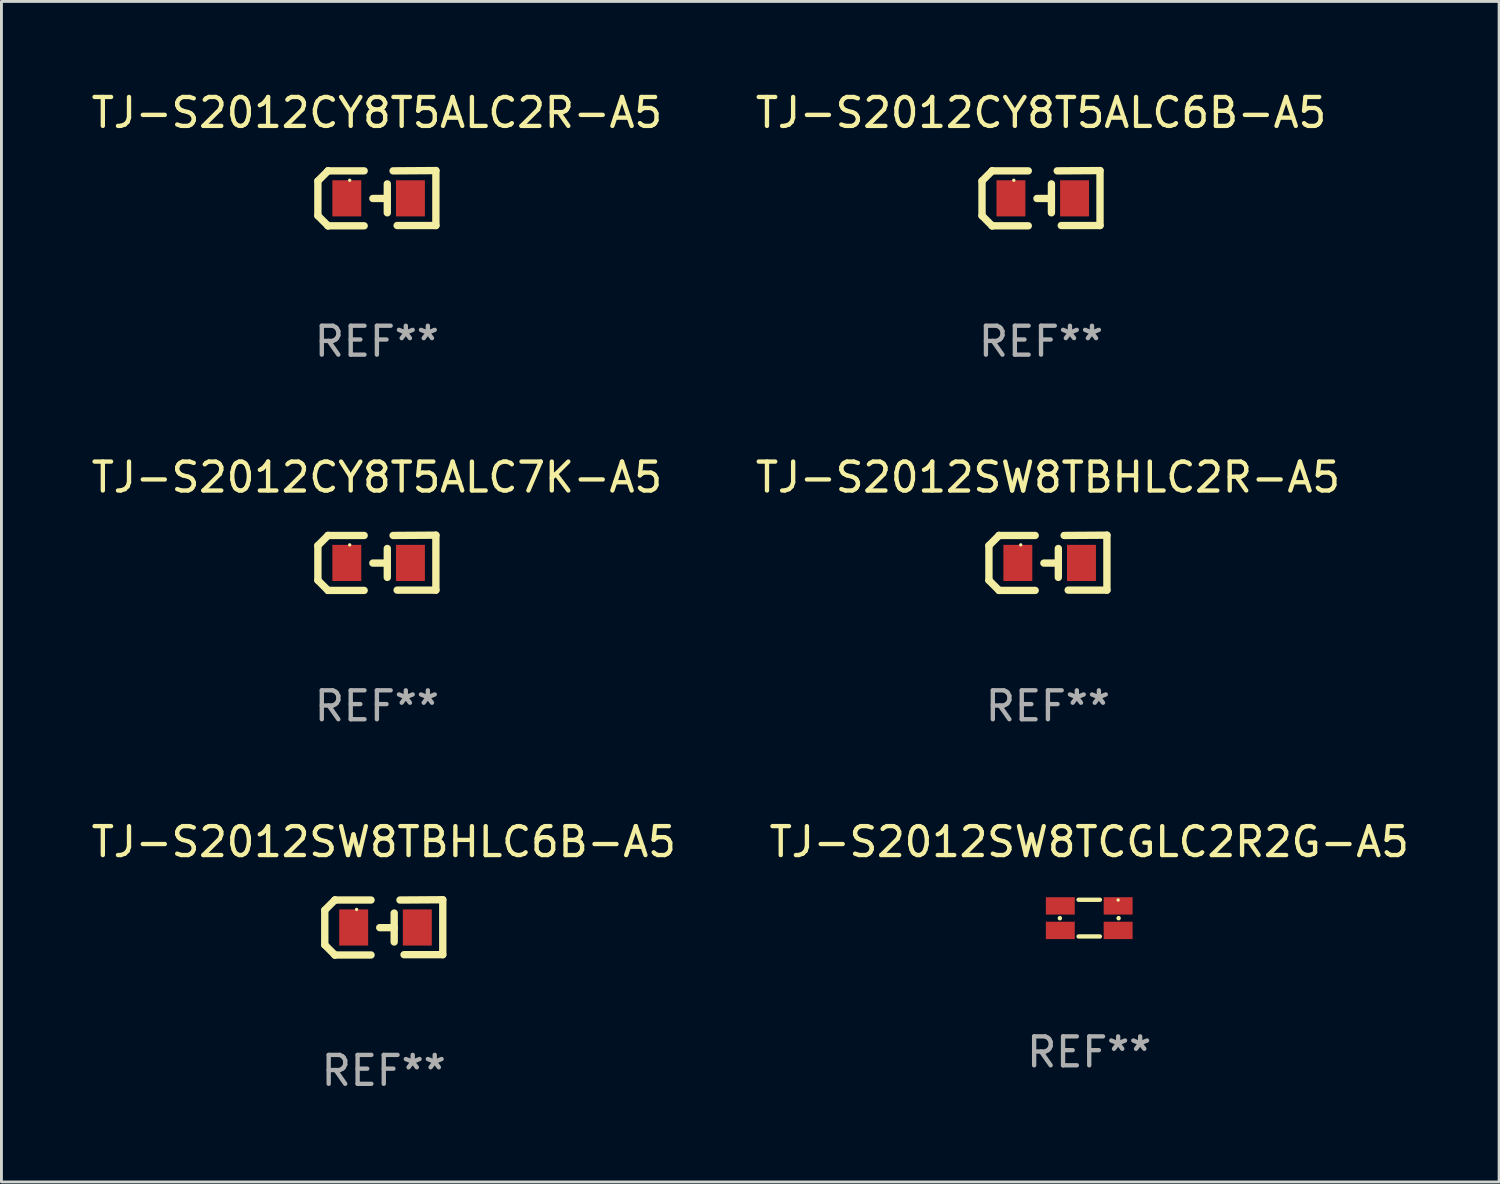
<source format=kicad_pcb>
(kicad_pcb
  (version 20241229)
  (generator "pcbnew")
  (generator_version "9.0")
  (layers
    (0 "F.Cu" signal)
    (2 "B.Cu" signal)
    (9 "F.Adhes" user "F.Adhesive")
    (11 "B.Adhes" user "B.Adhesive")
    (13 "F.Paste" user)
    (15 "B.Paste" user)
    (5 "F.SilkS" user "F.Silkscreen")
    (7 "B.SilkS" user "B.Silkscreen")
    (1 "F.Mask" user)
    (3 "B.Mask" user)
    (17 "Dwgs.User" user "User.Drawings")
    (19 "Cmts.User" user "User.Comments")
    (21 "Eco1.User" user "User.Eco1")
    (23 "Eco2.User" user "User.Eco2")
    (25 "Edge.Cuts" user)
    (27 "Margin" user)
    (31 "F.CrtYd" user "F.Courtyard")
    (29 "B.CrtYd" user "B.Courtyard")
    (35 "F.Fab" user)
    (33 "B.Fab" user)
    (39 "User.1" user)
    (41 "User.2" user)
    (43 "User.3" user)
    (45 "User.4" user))
  (footprint "TJ-S2012SW8TCGLC2R2G-A5"
    (layer "F.Cu")
    (at 34.613 28.696)
    (property "Reference" "TJ-S2012SW8TCGLC2R2G-A5" (at 0 -2.635 0) (layer "F.SilkS") (effects (font (size 1 1) (thickness 0.15))))
    (attr through_hole)
    (fp_line (start -1.016 0.006) (end -1.016 0) (stroke (width 0.15) (type solid)) (layer "F.SilkS"))
    (fp_line (start -0.369 -0.635) (end 0.369 -0.635) (stroke (width 0.15) (type solid)) (layer "F.SilkS"))
    (fp_line (start -0.369 0.635) (end 0.369 0.635) (stroke (width 0.15) (type solid)) (layer "F.SilkS"))
    (fp_line (start 1.016 0.006) (end 1.016 0) (stroke (width 0.15) (type solid)) (layer "F.SilkS"))
    (fp_circle (center 1 -0.625) (end 1.03 -0.625) (stroke (width 0.06) (type solid)) (fill no) (layer "F.SilkS"))
    (fp_text user "REF**" (at 0 4.635 0) (layer "F.Fab") (effects (font (size 1 1) (thickness 0.15))))
    (pad "1" smd rect (at 1 -0.422) (size 1 0.6) (layers "F.Cu" "F.Mask" "F.Paste"))
    (pad "2" smd rect (at -1 -0.422) (size 1 0.6) (layers "F.Cu" "F.Mask" "F.Paste"))
    (pad "3" smd rect (at 1 0.425) (size 1 0.6) (layers "F.Cu" "F.Mask" "F.Paste"))
    (pad "4" smd rect (at -1 0.425) (size 1 0.6) (layers "F.Cu" "F.Mask" "F.Paste")))
  (footprint "TJ-S2012CY8T5ALC2R-A5"
    (layer "F.Cu")
    (at 9.982 3.803)
    (property "Reference" "TJ-S2012CY8T5ALC2R-A5" (at 0 -2.955 0) (layer "F.SilkS") (effects (font (size 1 1) (thickness 0.15))))
    (attr through_hole)
    (fp_line (start -2.04 -0.595) (end -2.04 0.605) (stroke (width 0.254) (type solid)) (layer "F.SilkS"))
    (fp_line (start -1.69 -0.945) (end -1.69 -0.945) (stroke (width 0.254) (type solid)) (layer "F.SilkS"))
    (fp_line (start -1.69 -0.945) (end -2.04 -0.595) (stroke (width 0.254) (type solid)) (layer "F.SilkS"))
    (fp_line (start -1.69 0.955) (end -2.04 0.605) (stroke (width 0.254) (type solid)) (layer "F.SilkS"))
    (fp_line (start -1.69 0.955) (end -1.69 0.955) (stroke (width 0.254) (type solid)) (layer "F.SilkS"))
    (fp_line (start -0.44 -0.945) (end -1.69 -0.945) (stroke (width 0.254) (type solid)) (layer "F.SilkS"))
    (fp_line (start -0.44 0.955) (end -1.69 0.955) (stroke (width 0.254) (type solid)) (layer "F.SilkS"))
    (fp_line (start 0.36 -0.495) (end 0.36 0.505) (stroke (width 0.254) (type solid)) (layer "F.SilkS"))
    (fp_line (start 0.36 0.01) (end -0.14 0.01) (stroke (width 0.254) (type solid)) (layer "F.SilkS"))
    (fp_line (start 0.56 -0.945) (end 2.04 -0.955) (stroke (width 0.254) (type solid)) (layer "F.SilkS"))
    (fp_line (start 0.7 0.945) (end 2.04 0.945) (stroke (width 0.254) (type solid)) (layer "F.SilkS"))
    (fp_line (start 2.04 -0.955) (end 2.04 0.945) (stroke (width 0.254) (type solid)) (layer "F.SilkS"))
    (fp_circle (center -0.94 -0.62) (end -0.91 -0.62) (stroke (width 0.06) (type solid)) (fill no) (layer "F.SilkS"))
    (fp_text user "REF**" (at 0 4.955 0) (layer "F.Fab") (effects (font (size 1 1) (thickness 0.15))))
    (pad "1" smd rect (at -1.04 0.005 180) (size 1 1.25) (layers "F.Cu" "F.Mask" "F.Paste"))
    (pad "2" smd rect (at 1.16 0.005 180) (size 1 1.25) (layers "F.Cu" "F.Mask" "F.Paste")))
  (footprint "TJ-S2012CY8T5ALC7K-A5"
    (layer "F.Cu")
    (at 9.982 16.41)
    (property "Reference" "TJ-S2012CY8T5ALC7K-A5" (at 0 -2.955 0) (layer "F.SilkS") (effects (font (size 1 1) (thickness 0.15))))
    (attr through_hole)
    (fp_line (start -2.04 -0.595) (end -2.04 0.605) (stroke (width 0.254) (type solid)) (layer "F.SilkS"))
    (fp_line (start -1.69 -0.945) (end -1.69 -0.945) (stroke (width 0.254) (type solid)) (layer "F.SilkS"))
    (fp_line (start -1.69 -0.945) (end -2.04 -0.595) (stroke (width 0.254) (type solid)) (layer "F.SilkS"))
    (fp_line (start -1.69 0.955) (end -2.04 0.605) (stroke (width 0.254) (type solid)) (layer "F.SilkS"))
    (fp_line (start -1.69 0.955) (end -1.69 0.955) (stroke (width 0.254) (type solid)) (layer "F.SilkS"))
    (fp_line (start -0.44 -0.945) (end -1.69 -0.945) (stroke (width 0.254) (type solid)) (layer "F.SilkS"))
    (fp_line (start -0.44 0.955) (end -1.69 0.955) (stroke (width 0.254) (type solid)) (layer "F.SilkS"))
    (fp_line (start 0.36 -0.495) (end 0.36 0.505) (stroke (width 0.254) (type solid)) (layer "F.SilkS"))
    (fp_line (start 0.36 0.01) (end -0.14 0.01) (stroke (width 0.254) (type solid)) (layer "F.SilkS"))
    (fp_line (start 0.56 -0.945) (end 2.04 -0.955) (stroke (width 0.254) (type solid)) (layer "F.SilkS"))
    (fp_line (start 0.7 0.945) (end 2.04 0.945) (stroke (width 0.254) (type solid)) (layer "F.SilkS"))
    (fp_line (start 2.04 -0.955) (end 2.04 0.945) (stroke (width 0.254) (type solid)) (layer "F.SilkS"))
    (fp_circle (center -0.94 -0.62) (end -0.91 -0.62) (stroke (width 0.06) (type solid)) (fill no) (layer "F.SilkS"))
    (fp_text user "REF**" (at 0 4.955 0) (layer "F.Fab") (effects (font (size 1 1) (thickness 0.15))))
    (pad "1" smd rect (at -1.04 0.005 180) (size 1 1.25) (layers "F.Cu" "F.Mask" "F.Paste"))
    (pad "2" smd rect (at 1.16 0.005 180) (size 1 1.25) (layers "F.Cu" "F.Mask" "F.Paste")))
  (footprint "TJ-S2012SW8TBHLC6B-A5"
    (layer "F.Cu")
    (at 10.22 29.016)
    (property "Reference" "TJ-S2012SW8TBHLC6B-A5" (at 0 -2.955 0) (layer "F.SilkS") (effects (font (size 1 1) (thickness 0.15))))
    (attr through_hole)
    (fp_line (start -2.04 -0.595) (end -2.04 0.605) (stroke (width 0.254) (type solid)) (layer "F.SilkS"))
    (fp_line (start -1.69 -0.945) (end -1.69 -0.945) (stroke (width 0.254) (type solid)) (layer "F.SilkS"))
    (fp_line (start -1.69 -0.945) (end -2.04 -0.595) (stroke (width 0.254) (type solid)) (layer "F.SilkS"))
    (fp_line (start -1.69 0.955) (end -2.04 0.605) (stroke (width 0.254) (type solid)) (layer "F.SilkS"))
    (fp_line (start -1.69 0.955) (end -1.69 0.955) (stroke (width 0.254) (type solid)) (layer "F.SilkS"))
    (fp_line (start -0.44 -0.945) (end -1.69 -0.945) (stroke (width 0.254) (type solid)) (layer "F.SilkS"))
    (fp_line (start -0.44 0.955) (end -1.69 0.955) (stroke (width 0.254) (type solid)) (layer "F.SilkS"))
    (fp_line (start 0.36 -0.495) (end 0.36 0.505) (stroke (width 0.254) (type solid)) (layer "F.SilkS"))
    (fp_line (start 0.36 0.01) (end -0.14 0.01) (stroke (width 0.254) (type solid)) (layer "F.SilkS"))
    (fp_line (start 0.56 -0.945) (end 2.04 -0.955) (stroke (width 0.254) (type solid)) (layer "F.SilkS"))
    (fp_line (start 0.7 0.945) (end 2.04 0.945) (stroke (width 0.254) (type solid)) (layer "F.SilkS"))
    (fp_line (start 2.04 -0.955) (end 2.04 0.945) (stroke (width 0.254) (type solid)) (layer "F.SilkS"))
    (fp_circle (center -0.94 -0.62) (end -0.91 -0.62) (stroke (width 0.06) (type solid)) (fill no) (layer "F.SilkS"))
    (fp_text user "REF**" (at 0 4.955 0) (layer "F.Fab") (effects (font (size 1 1) (thickness 0.15))))
    (pad "1" smd rect (at -1.04 0.005 180) (size 1 1.25) (layers "F.Cu" "F.Mask" "F.Paste"))
    (pad "2" smd rect (at 1.16 0.005 180) (size 1 1.25) (layers "F.Cu" "F.Mask" "F.Paste")))
  (footprint "TJ-S2012CY8T5ALC6B-A5"
    (layer "F.Cu")
    (at 32.946 3.803)
    (property "Reference" "TJ-S2012CY8T5ALC6B-A5" (at 0 -2.955 0) (layer "F.SilkS") (effects (font (size 1 1) (thickness 0.15))))
    (attr through_hole)
    (fp_line (start -2.04 -0.595) (end -2.04 0.605) (stroke (width 0.254) (type solid)) (layer "F.SilkS"))
    (fp_line (start -1.69 -0.945) (end -1.69 -0.945) (stroke (width 0.254) (type solid)) (layer "F.SilkS"))
    (fp_line (start -1.69 -0.945) (end -2.04 -0.595) (stroke (width 0.254) (type solid)) (layer "F.SilkS"))
    (fp_line (start -1.69 0.955) (end -2.04 0.605) (stroke (width 0.254) (type solid)) (layer "F.SilkS"))
    (fp_line (start -1.69 0.955) (end -1.69 0.955) (stroke (width 0.254) (type solid)) (layer "F.SilkS"))
    (fp_line (start -0.44 -0.945) (end -1.69 -0.945) (stroke (width 0.254) (type solid)) (layer "F.SilkS"))
    (fp_line (start -0.44 0.955) (end -1.69 0.955) (stroke (width 0.254) (type solid)) (layer "F.SilkS"))
    (fp_line (start 0.36 -0.495) (end 0.36 0.505) (stroke (width 0.254) (type solid)) (layer "F.SilkS"))
    (fp_line (start 0.36 0.01) (end -0.14 0.01) (stroke (width 0.254) (type solid)) (layer "F.SilkS"))
    (fp_line (start 0.56 -0.945) (end 2.04 -0.955) (stroke (width 0.254) (type solid)) (layer "F.SilkS"))
    (fp_line (start 0.7 0.945) (end 2.04 0.945) (stroke (width 0.254) (type solid)) (layer "F.SilkS"))
    (fp_line (start 2.04 -0.955) (end 2.04 0.945) (stroke (width 0.254) (type solid)) (layer "F.SilkS"))
    (fp_circle (center -0.94 -0.62) (end -0.91 -0.62) (stroke (width 0.06) (type solid)) (fill no) (layer "F.SilkS"))
    (fp_text user "REF**" (at 0 4.955 0) (layer "F.Fab") (effects (font (size 1 1) (thickness 0.15))))
    (pad "1" smd rect (at -1.04 0.005 180) (size 1 1.25) (layers "F.Cu" "F.Mask" "F.Paste"))
    (pad "2" smd rect (at 1.16 0.005 180) (size 1 1.25) (layers "F.Cu" "F.Mask" "F.Paste")))
  (footprint "TJ-S2012SW8TBHLC2R-A5"
    (layer "F.Cu")
    (at 33.185 16.41)
    (property "Reference" "TJ-S2012SW8TBHLC2R-A5" (at 0 -2.955 0) (layer "F.SilkS") (effects (font (size 1 1) (thickness 0.15))))
    (attr through_hole)
    (fp_line (start -2.04 -0.595) (end -2.04 0.605) (stroke (width 0.254) (type solid)) (layer "F.SilkS"))
    (fp_line (start -1.69 -0.945) (end -1.69 -0.945) (stroke (width 0.254) (type solid)) (layer "F.SilkS"))
    (fp_line (start -1.69 -0.945) (end -2.04 -0.595) (stroke (width 0.254) (type solid)) (layer "F.SilkS"))
    (fp_line (start -1.69 0.955) (end -2.04 0.605) (stroke (width 0.254) (type solid)) (layer "F.SilkS"))
    (fp_line (start -1.69 0.955) (end -1.69 0.955) (stroke (width 0.254) (type solid)) (layer "F.SilkS"))
    (fp_line (start -0.44 -0.945) (end -1.69 -0.945) (stroke (width 0.254) (type solid)) (layer "F.SilkS"))
    (fp_line (start -0.44 0.955) (end -1.69 0.955) (stroke (width 0.254) (type solid)) (layer "F.SilkS"))
    (fp_line (start 0.36 -0.495) (end 0.36 0.505) (stroke (width 0.254) (type solid)) (layer "F.SilkS"))
    (fp_line (start 0.36 0.01) (end -0.14 0.01) (stroke (width 0.254) (type solid)) (layer "F.SilkS"))
    (fp_line (start 0.56 -0.945) (end 2.04 -0.955) (stroke (width 0.254) (type solid)) (layer "F.SilkS"))
    (fp_line (start 0.7 0.945) (end 2.04 0.945) (stroke (width 0.254) (type solid)) (layer "F.SilkS"))
    (fp_line (start 2.04 -0.955) (end 2.04 0.945) (stroke (width 0.254) (type solid)) (layer "F.SilkS"))
    (fp_circle (center -0.94 -0.62) (end -0.91 -0.62) (stroke (width 0.06) (type solid)) (fill no) (layer "F.SilkS"))
    (fp_text user "REF**" (at 0 4.955 0) (layer "F.Fab") (effects (font (size 1 1) (thickness 0.15))))
    (pad "1" smd rect (at -1.04 0.005 180) (size 1 1.25) (layers "F.Cu" "F.Mask" "F.Paste"))
    (pad "2" smd rect (at 1.16 0.005 180) (size 1 1.25) (layers "F.Cu" "F.Mask" "F.Paste")))
  (gr_rect
    (start -3 -3)
    (end 48.786 37.82)
    (stroke (width 0.1) (type default))
    (fill no)
    (layer "Edge.Cuts")))
</source>
